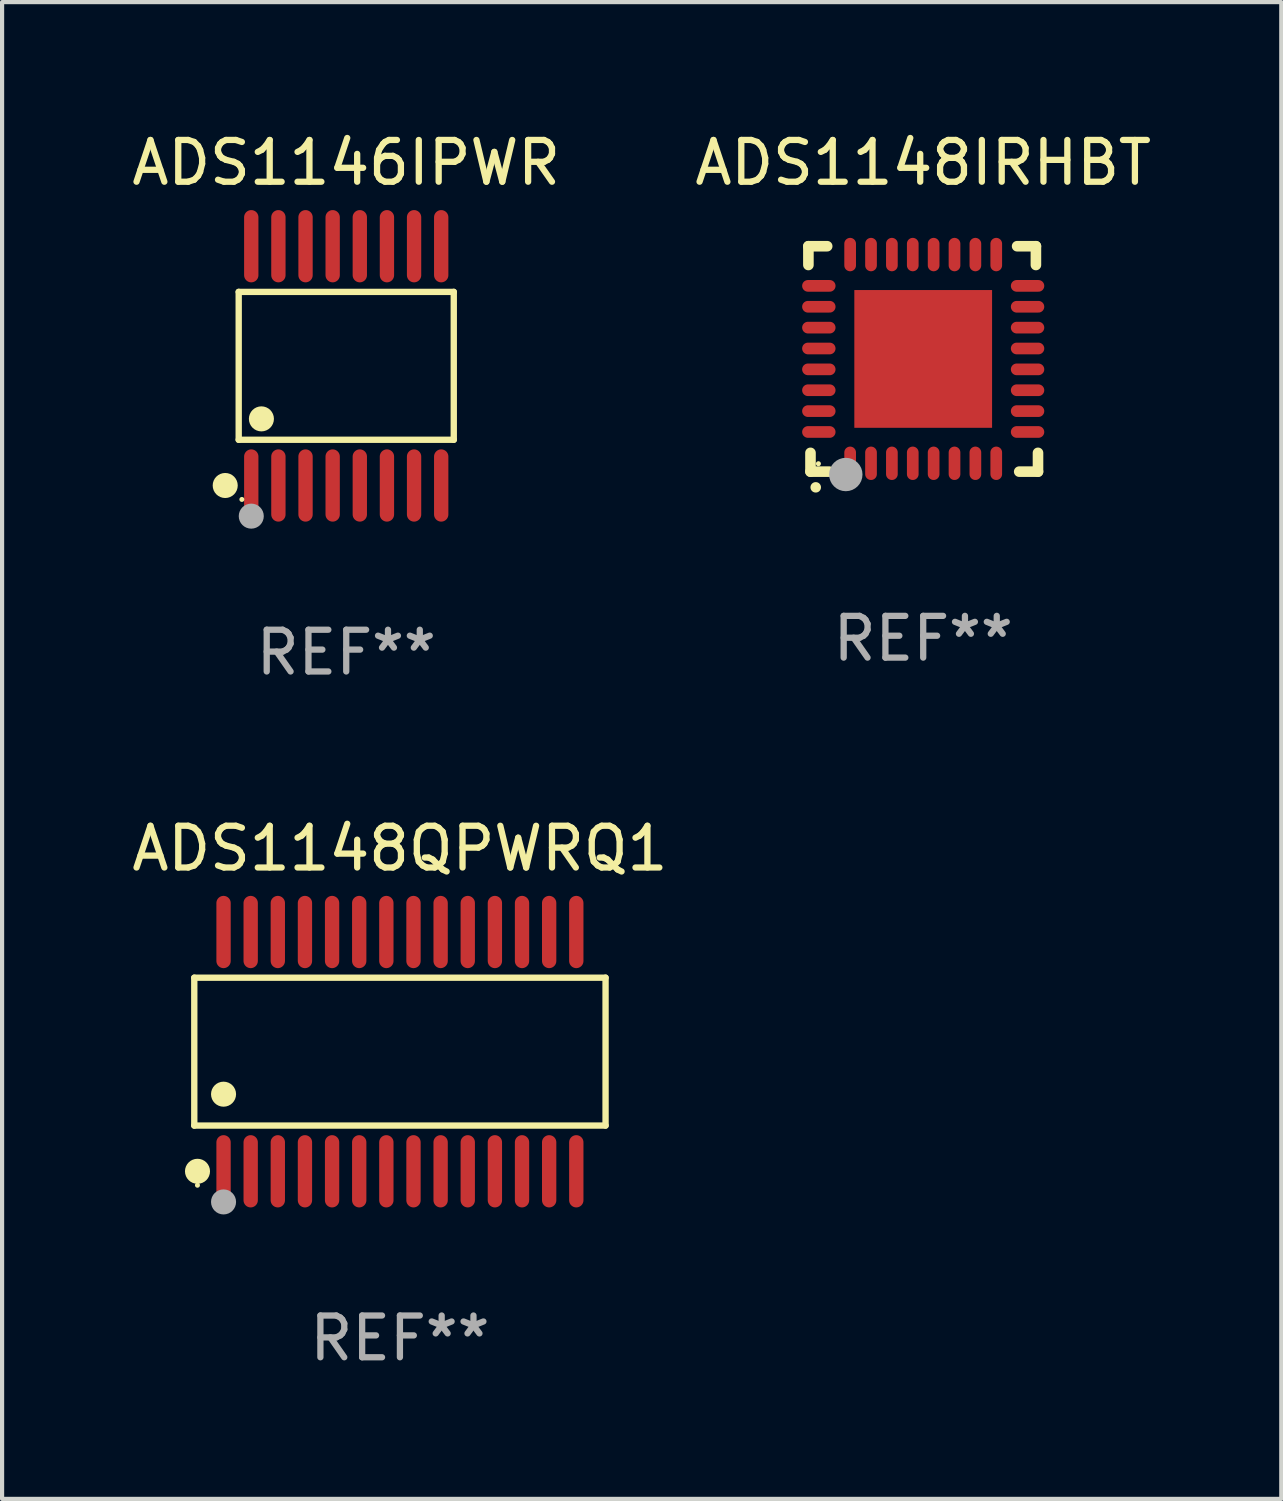
<source format=kicad_pcb>
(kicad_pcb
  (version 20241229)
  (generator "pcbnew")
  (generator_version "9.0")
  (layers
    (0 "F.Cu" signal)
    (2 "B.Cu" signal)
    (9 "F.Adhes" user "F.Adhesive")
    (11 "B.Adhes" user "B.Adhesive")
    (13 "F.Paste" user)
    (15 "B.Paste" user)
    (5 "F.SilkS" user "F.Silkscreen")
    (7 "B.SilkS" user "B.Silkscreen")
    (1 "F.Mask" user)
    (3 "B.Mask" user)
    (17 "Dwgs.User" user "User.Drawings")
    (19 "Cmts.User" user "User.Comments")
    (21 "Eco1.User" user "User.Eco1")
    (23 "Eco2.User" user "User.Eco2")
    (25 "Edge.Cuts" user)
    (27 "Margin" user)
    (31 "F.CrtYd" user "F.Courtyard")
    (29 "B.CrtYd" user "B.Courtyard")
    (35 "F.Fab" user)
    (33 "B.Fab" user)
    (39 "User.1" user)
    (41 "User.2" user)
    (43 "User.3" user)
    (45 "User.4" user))
  (footprint "ADS1148QPWRQ1"
    (layer "F.Cu")
    (at 6.53 22.142)
    (property "Reference" "ADS1148QPWRQ1" (at 0 -4.866 0) (layer "F.SilkS") (effects (font (size 1 1) (thickness 0.15))))
    (attr through_hole)
    (fp_line (start -4.926 -1.772) (end 4.926 -1.772) (stroke (width 0.152) (type solid)) (layer "F.SilkS"))
    (fp_line (start -4.926 1.771) (end -4.926 -1.772) (stroke (width 0.152) (type solid)) (layer "F.SilkS"))
    (fp_line (start 4.926 -1.772) (end 4.926 1.771) (stroke (width 0.152) (type solid)) (layer "F.SilkS"))
    (fp_line (start 4.926 1.771) (end -4.926 1.771) (stroke (width 0.152) (type solid)) (layer "F.SilkS"))
    (fp_circle (center -4.85 3.2) (end -4.82 3.2) (stroke (width 0.06) (type solid)) (fill no) (layer "F.SilkS"))
    (fp_circle (center -4.849 2.866) (end -4.699 2.866) (stroke (width 0.3) (type solid)) (fill no) (layer "F.SilkS"))
    (fp_circle (center -4.225 1.019) (end -4.075 1.019) (stroke (width 0.3) (type solid)) (fill no) (layer "F.SilkS"))
    (fp_circle (center -4.225 3.6) (end -4.075 3.6) (stroke (width 0.3) (type solid)) (fill no) (layer "F.Fab"))
    (fp_text user "REF**" (at 0 6.866 0) (layer "F.Fab") (effects (font (size 1 1) (thickness 0.15))))
    (pad "1" smd oval (at -4.225 2.866) (size 0.343 1.731) (layers "F.Cu" "F.Mask" "F.Paste"))
    (pad "2" smd oval (at -3.575 2.866) (size 0.343 1.731) (layers "F.Cu" "F.Mask" "F.Paste"))
    (pad "3" smd oval (at -2.925 2.866) (size 0.343 1.731) (layers "F.Cu" "F.Mask" "F.Paste"))
    (pad "4" smd oval (at -2.275 2.866) (size 0.343 1.731) (layers "F.Cu" "F.Mask" "F.Paste"))
    (pad "5" smd oval (at -1.625 2.866) (size 0.343 1.731) (layers "F.Cu" "F.Mask" "F.Paste"))
    (pad "6" smd oval (at -0.975 2.866) (size 0.343 1.731) (layers "F.Cu" "F.Mask" "F.Paste"))
    (pad "7" smd oval (at -0.325 2.866) (size 0.343 1.731) (layers "F.Cu" "F.Mask" "F.Paste"))
    (pad "8" smd oval (at 0.325 2.866) (size 0.343 1.731) (layers "F.Cu" "F.Mask" "F.Paste"))
    (pad "9" smd oval (at 0.975 2.866) (size 0.343 1.731) (layers "F.Cu" "F.Mask" "F.Paste"))
    (pad "10" smd oval (at 1.625 2.866) (size 0.343 1.731) (layers "F.Cu" "F.Mask" "F.Paste"))
    (pad "11" smd oval (at 2.275 2.866) (size 0.343 1.731) (layers "F.Cu" "F.Mask" "F.Paste"))
    (pad "12" smd oval (at 2.925 2.866) (size 0.343 1.731) (layers "F.Cu" "F.Mask" "F.Paste"))
    (pad "13" smd oval (at 3.575 2.866) (size 0.343 1.731) (layers "F.Cu" "F.Mask" "F.Paste"))
    (pad "14" smd oval (at 4.225 2.866) (size 0.343 1.731) (layers "F.Cu" "F.Mask" "F.Paste"))
    (pad "15" smd oval (at 4.225 -2.866) (size 0.343 1.731) (layers "F.Cu" "F.Mask" "F.Paste"))
    (pad "16" smd oval (at 3.575 -2.866) (size 0.343 1.731) (layers "F.Cu" "F.Mask" "F.Paste"))
    (pad "17" smd oval (at 2.925 -2.866) (size 0.343 1.731) (layers "F.Cu" "F.Mask" "F.Paste"))
    (pad "18" smd oval (at 2.275 -2.866) (size 0.343 1.731) (layers "F.Cu" "F.Mask" "F.Paste"))
    (pad "19" smd oval (at 1.625 -2.866) (size 0.343 1.731) (layers "F.Cu" "F.Mask" "F.Paste"))
    (pad "20" smd oval (at 0.975 -2.866) (size 0.343 1.731) (layers "F.Cu" "F.Mask" "F.Paste"))
    (pad "21" smd oval (at 0.325 -2.866) (size 0.343 1.731) (layers "F.Cu" "F.Mask" "F.Paste"))
    (pad "22" smd oval (at -0.325 -2.866) (size 0.343 1.731) (layers "F.Cu" "F.Mask" "F.Paste"))
    (pad "23" smd oval (at -0.975 -2.866) (size 0.343 1.731) (layers "F.Cu" "F.Mask" "F.Paste"))
    (pad "24" smd oval (at -1.625 -2.866) (size 0.343 1.731) (layers "F.Cu" "F.Mask" "F.Paste"))
    (pad "25" smd oval (at -2.275 -2.866) (size 0.343 1.731) (layers "F.Cu" "F.Mask" "F.Paste"))
    (pad "26" smd oval (at -2.925 -2.866) (size 0.343 1.731) (layers "F.Cu" "F.Mask" "F.Paste"))
    (pad "27" smd oval (at -3.575 -2.866) (size 0.343 1.731) (layers "F.Cu" "F.Mask" "F.Paste"))
    (pad "28" smd oval (at -4.225 -2.866) (size 0.343 1.731) (layers "F.Cu" "F.Mask" "F.Paste")))
  (footprint "ADS1146IPWR"
    (layer "F.Cu")
    (at 5.244 5.714)
    (property "Reference" "ADS1146IPWR" (at 0 -4.866 0) (layer "F.SilkS") (effects (font (size 1 1) (thickness 0.15))))
    (attr through_hole)
    (fp_line (start -2.576 -1.772) (end 2.576 -1.772) (stroke (width 0.152) (type solid)) (layer "F.SilkS"))
    (fp_line (start -2.576 1.771) (end -2.576 -1.772) (stroke (width 0.152) (type solid)) (layer "F.SilkS"))
    (fp_line (start 2.576 -1.772) (end 2.576 1.771) (stroke (width 0.152) (type solid)) (layer "F.SilkS"))
    (fp_line (start 2.576 1.771) (end -2.576 1.771) (stroke (width 0.152) (type solid)) (layer "F.SilkS"))
    (fp_circle (center -2.899 2.866) (end -2.749 2.866) (stroke (width 0.3) (type solid)) (fill no) (layer "F.SilkS"))
    (fp_circle (center -2.5 3.2) (end -2.47 3.2) (stroke (width 0.06) (type solid)) (fill no) (layer "F.SilkS"))
    (fp_circle (center -2.032 1.27) (end -1.882 1.27) (stroke (width 0.3) (type solid)) (fill no) (layer "F.SilkS"))
    (fp_circle (center -2.275 3.6) (end -2.125 3.6) (stroke (width 0.3) (type solid)) (fill no) (layer "F.Fab"))
    (fp_text user "REF**" (at 0 6.866 0) (layer "F.Fab") (effects (font (size 1 1) (thickness 0.15))))
    (pad "1" smd oval (at -2.275 2.866) (size 0.343 1.731) (layers "F.Cu" "F.Mask" "F.Paste"))
    (pad "2" smd oval (at -1.625 2.866) (size 0.343 1.731) (layers "F.Cu" "F.Mask" "F.Paste"))
    (pad "3" smd oval (at -0.975 2.866) (size 0.343 1.731) (layers "F.Cu" "F.Mask" "F.Paste"))
    (pad "4" smd oval (at -0.325 2.866) (size 0.343 1.731) (layers "F.Cu" "F.Mask" "F.Paste"))
    (pad "5" smd oval (at 0.325 2.866) (size 0.343 1.731) (layers "F.Cu" "F.Mask" "F.Paste"))
    (pad "6" smd oval (at 0.975 2.866) (size 0.343 1.731) (layers "F.Cu" "F.Mask" "F.Paste"))
    (pad "7" smd oval (at 1.625 2.866) (size 0.343 1.731) (layers "F.Cu" "F.Mask" "F.Paste"))
    (pad "8" smd oval (at 2.275 2.866) (size 0.343 1.731) (layers "F.Cu" "F.Mask" "F.Paste"))
    (pad "9" smd oval (at 2.275 -2.866) (size 0.343 1.731) (layers "F.Cu" "F.Mask" "F.Paste"))
    (pad "10" smd oval (at 1.625 -2.866) (size 0.343 1.731) (layers "F.Cu" "F.Mask" "F.Paste"))
    (pad "11" smd oval (at 0.975 -2.866) (size 0.343 1.731) (layers "F.Cu" "F.Mask" "F.Paste"))
    (pad "12" smd oval (at 0.325 -2.866) (size 0.343 1.731) (layers "F.Cu" "F.Mask" "F.Paste"))
    (pad "13" smd oval (at -0.325 -2.866) (size 0.343 1.731) (layers "F.Cu" "F.Mask" "F.Paste"))
    (pad "14" smd oval (at -0.975 -2.866) (size 0.343 1.731) (layers "F.Cu" "F.Mask" "F.Paste"))
    (pad "15" smd oval (at -1.625 -2.866) (size 0.343 1.731) (layers "F.Cu" "F.Mask" "F.Paste"))
    (pad "16" smd oval (at -2.275 -2.866) (size 0.343 1.731) (layers "F.Cu" "F.Mask" "F.Paste")))
  (footprint "ADS1148IRHBT"
    (layer "F.Cu")
    (at 19.065 5.548)
    (property "Reference" "ADS1148IRHBT" (at 0 -4.7 0) (layer "F.SilkS") (effects (font (size 1 1) (thickness 0.15))))
    (attr through_hole)
    (fp_line (start -2.75 -2.7) (end -2.75 -2.25) (stroke (width 0.254) (type solid)) (layer "F.SilkS"))
    (fp_line (start -2.7 2.7) (end -2.7 2.25) (stroke (width 0.254) (type solid)) (layer "F.SilkS"))
    (fp_line (start -2.3 -2.7) (end -2.75 -2.7) (stroke (width 0.254) (type solid)) (layer "F.SilkS"))
    (fp_line (start -2.25 2.7) (end -2.7 2.7) (stroke (width 0.254) (type solid)) (layer "F.SilkS"))
    (fp_line (start 2.3 2.7) (end 2.75 2.7) (stroke (width 0.254) (type solid)) (layer "F.SilkS"))
    (fp_line (start 2.7 -2.7) (end 2.25 -2.7) (stroke (width 0.254) (type solid)) (layer "F.SilkS"))
    (fp_line (start 2.7 -2.25) (end 2.7 -2.7) (stroke (width 0.254) (type solid)) (layer "F.SilkS"))
    (fp_line (start 2.75 2.7) (end 2.75 2.25) (stroke (width 0.254) (type solid)) (layer "F.SilkS"))
    (fp_arc (start -2.575565 3.075946) (mid -2.574295 3.07594) (end -2.573025 3.075946) (stroke (width 0.25) (type solid)) (layer "F.SilkS"))
    (fp_circle (center -2.51 2.51) (end -2.48 2.51) (stroke (width 0.06) (type solid)) (fill no) (layer "F.SilkS"))
    (fp_circle (center -1.854 2.769) (end -1.654 2.769) (stroke (width 0.4) (type solid)) (fill no) (layer "F.Fab"))
    (fp_text user "REF**" (at 0 6.7 0) (layer "F.Fab") (effects (font (size 1 1) (thickness 0.15))))
    (pad "1" smd oval (at -1.75 2.5) (size 0.28 0.8) (layers "F.Cu" "F.Mask" "F.Paste"))
    (pad "2" smd oval (at -1.25 2.5) (size 0.28 0.8) (layers "F.Cu" "F.Mask" "F.Paste"))
    (pad "3" smd oval (at -0.75 2.5) (size 0.28 0.8) (layers "F.Cu" "F.Mask" "F.Paste"))
    (pad "4" smd oval (at -0.25 2.5) (size 0.28 0.8) (layers "F.Cu" "F.Mask" "F.Paste"))
    (pad "5" smd oval (at 0.25 2.5) (size 0.28 0.8) (layers "F.Cu" "F.Mask" "F.Paste"))
    (pad "6" smd oval (at 0.75 2.5) (size 0.28 0.8) (layers "F.Cu" "F.Mask" "F.Paste"))
    (pad "7" smd oval (at 1.25 2.5) (size 0.28 0.8) (layers "F.Cu" "F.Mask" "F.Paste"))
    (pad "8" smd oval (at 1.75 2.5) (size 0.28 0.8) (layers "F.Cu" "F.Mask" "F.Paste"))
    (pad "9" smd oval (at 2.5 1.75 90) (size 0.28 0.8) (layers "F.Cu" "F.Mask" "F.Paste"))
    (pad "10" smd oval (at 2.5 1.25 90) (size 0.28 0.8) (layers "F.Cu" "F.Mask" "F.Paste"))
    (pad "11" smd oval (at 2.5 0.75 90) (size 0.28 0.8) (layers "F.Cu" "F.Mask" "F.Paste"))
    (pad "12" smd oval (at 2.5 0.25 90) (size 0.28 0.8) (layers "F.Cu" "F.Mask" "F.Paste"))
    (pad "13" smd oval (at 2.5 -0.25 90) (size 0.28 0.8) (layers "F.Cu" "F.Mask" "F.Paste"))
    (pad "14" smd oval (at 2.5 -0.75 90) (size 0.28 0.8) (layers "F.Cu" "F.Mask" "F.Paste"))
    (pad "15" smd oval (at 2.5 -1.25 90) (size 0.28 0.8) (layers "F.Cu" "F.Mask" "F.Paste"))
    (pad "16" smd oval (at 2.5 -1.75 90) (size 0.28 0.8) (layers "F.Cu" "F.Mask" "F.Paste"))
    (pad "17" smd oval (at 1.75 -2.5 180) (size 0.28 0.8) (layers "F.Cu" "F.Mask" "F.Paste"))
    (pad "18" smd oval (at 1.25 -2.5 180) (size 0.28 0.8) (layers "F.Cu" "F.Mask" "F.Paste"))
    (pad "19" smd oval (at 0.75 -2.5 180) (size 0.28 0.8) (layers "F.Cu" "F.Mask" "F.Paste"))
    (pad "20" smd oval (at 0.25 -2.5 180) (size 0.28 0.8) (layers "F.Cu" "F.Mask" "F.Paste"))
    (pad "21" smd oval (at -0.25 -2.5 180) (size 0.28 0.8) (layers "F.Cu" "F.Mask" "F.Paste"))
    (pad "22" smd oval (at -0.75 -2.5 180) (size 0.28 0.8) (layers "F.Cu" "F.Mask" "F.Paste"))
    (pad "23" smd oval (at -1.25 -2.5 180) (size 0.28 0.8) (layers "F.Cu" "F.Mask" "F.Paste"))
    (pad "24" smd oval (at -1.75 -2.5 180) (size 0.28 0.8) (layers "F.Cu" "F.Mask" "F.Paste"))
    (pad "25" smd oval (at -2.5 -1.75 270) (size 0.28 0.8) (layers "F.Cu" "F.Mask" "F.Paste"))
    (pad "26" smd oval (at -2.5 -1.25 270) (size 0.28 0.8) (layers "F.Cu" "F.Mask" "F.Paste"))
    (pad "27" smd oval (at -2.5 -0.75 270) (size 0.28 0.8) (layers "F.Cu" "F.Mask" "F.Paste"))
    (pad "28" smd oval (at -2.5 -0.25 270) (size 0.28 0.8) (layers "F.Cu" "F.Mask" "F.Paste"))
    (pad "29" smd oval (at -2.5 0.25 270) (size 0.28 0.8) (layers "F.Cu" "F.Mask" "F.Paste"))
    (pad "30" smd oval (at -2.5 0.75 270) (size 0.28 0.8) (layers "F.Cu" "F.Mask" "F.Paste"))
    (pad "31" smd oval (at -2.5 1.25 270) (size 0.28 0.8) (layers "F.Cu" "F.Mask" "F.Paste"))
    (pad "32" smd oval (at -2.5 1.75 270) (size 0.28 0.8) (layers "F.Cu" "F.Mask" "F.Paste"))
    (pad "33" smd rect (at 0.000076 0.000076) (size 3.3 3.3) (layers "F.Cu" "F.Mask" "F.Paste")))
  (gr_rect
    (start -3 -3)
    (end 27.643 32.856)
    (stroke (width 0.1) (type default))
    (fill no)
    (layer "Edge.Cuts")))
</source>
